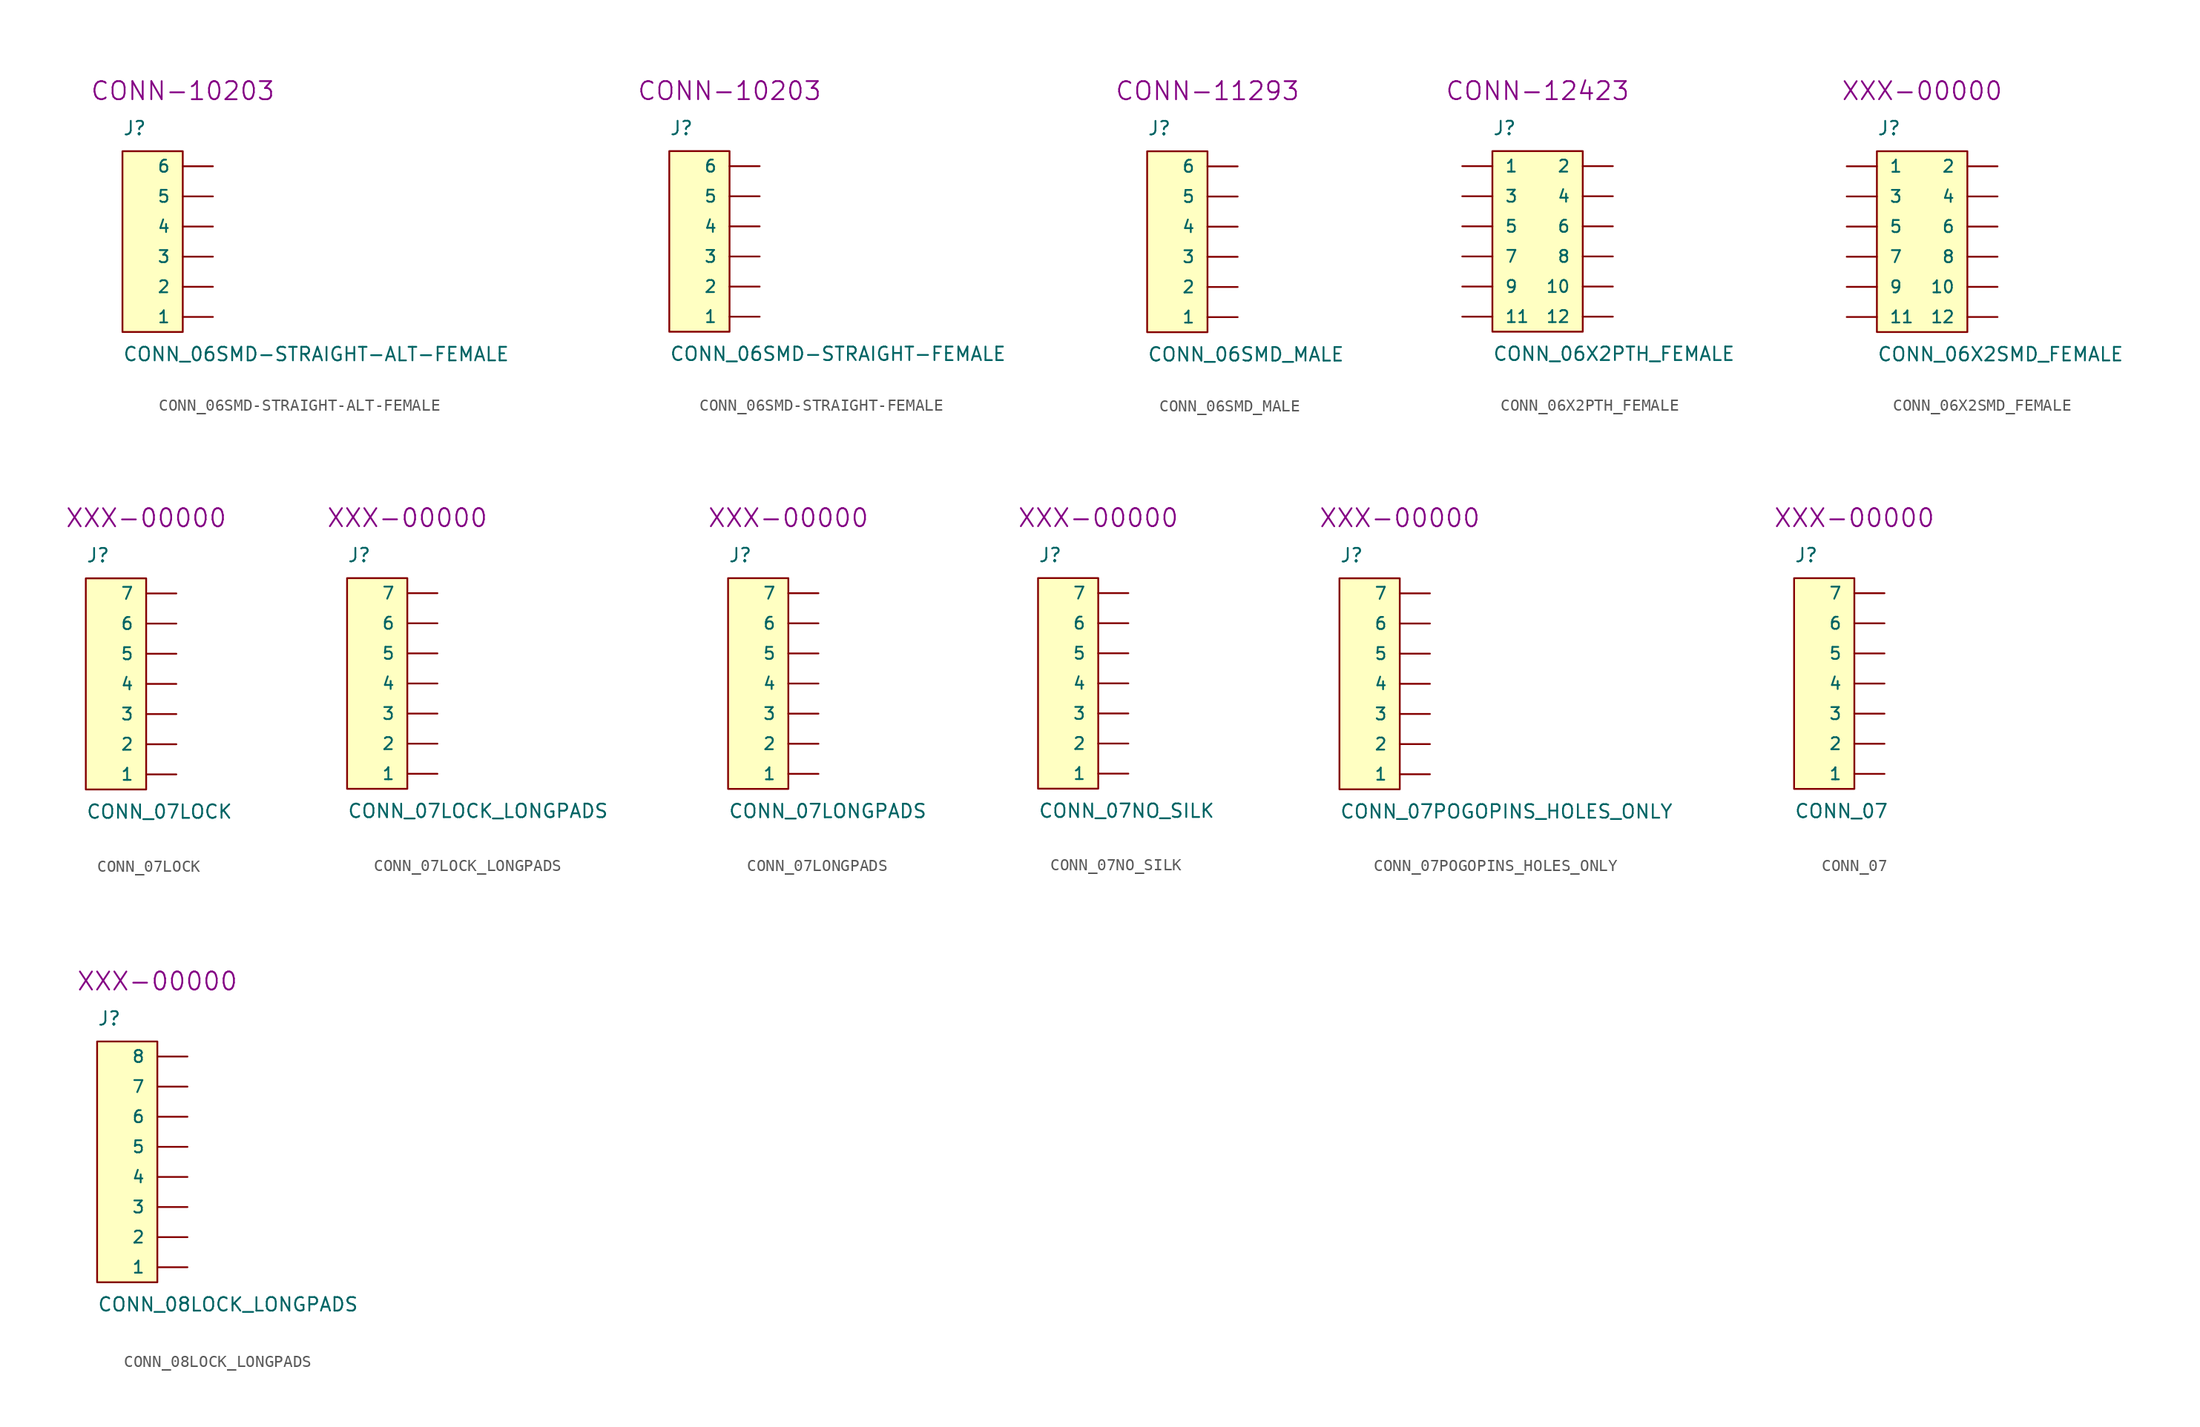
<source format=kicad_sym>
(kicad_symbol_lib
  (version 20201005)
  (generator kicad_symbol_editor)
  (symbol "CONN_06SMD-STRAIGHT-ALT-FEMALE"
    (pin_numbers hide)
    (pin_names
      (offset 1.016))
    (property "Reference" "J"
      (at -5.08 15.24 0)
      (effects (font (size 1.143 1.143)) (justify left bottom)))
    (property "Value" "CONN_06SMD-STRAIGHT-ALT-FEMALE"
      (at -5.08 -3.81 0)
      (effects (font (size 1.143 1.143)) (justify left bottom)))
    (property "Field4" "CONN-10203"
      (at 0 19.05 0)
      (effects (font (size 1.524 1.524))))
    (property "ki_locked" ""
      (at 0 0 0)
      (effects (font (size 1.27 1.27))))
    (symbol "CONN_06SMD-STRAIGHT-ALT-FEMALE_0_1"
      (rectangle (start 0 -1.27) (end -5.08 13.97) (stroke (width 0)) (fill (type background))))
    (symbol "CONN_06SMD-STRAIGHT-ALT-FEMALE_1_1"
      (pin passive line (at 2.54 0 180) (length 2.54) (name "1" (effects (font (size 1.016 1.016)))) (number "1" (effects (font (size 1.016 1.016)))))
      (pin passive line (at 2.54 2.54 180) (length 2.54) (name "2" (effects (font (size 1.016 1.016)))) (number "2" (effects (font (size 1.016 1.016)))))
      (pin passive line (at 2.54 5.08 180) (length 2.54) (name "3" (effects (font (size 1.016 1.016)))) (number "3" (effects (font (size 1.016 1.016)))))
      (pin passive line (at 2.54 7.62 180) (length 2.54) (name "4" (effects (font (size 1.016 1.016)))) (number "4" (effects (font (size 1.016 1.016)))))
      (pin passive line (at 2.54 10.16 180) (length 2.54) (name "5" (effects (font (size 1.016 1.016)))) (number "5" (effects (font (size 1.016 1.016)))))
      (pin passive line (at 2.54 12.7 180) (length 2.54) (name "6" (effects (font (size 1.016 1.016)))) (number "6" (effects (font (size 1.016 1.016)))))))
  (symbol "CONN_06SMD-STRAIGHT-FEMALE"
    (pin_numbers hide)
    (pin_names
      (offset 1.016))
    (property "Reference" "J"
      (at -5.08 15.24 0)
      (effects (font (size 1.143 1.143)) (justify left bottom)))
    (property "Value" "CONN_06SMD-STRAIGHT-FEMALE"
      (at -5.08 -3.81 0)
      (effects (font (size 1.143 1.143)) (justify left bottom)))
    (property "Field4" "CONN-10203"
      (at 0 19.05 0)
      (effects (font (size 1.524 1.524))))
    (property "ki_locked" ""
      (at 0 0 0)
      (effects (font (size 1.27 1.27))))
    (symbol "CONN_06SMD-STRAIGHT-FEMALE_0_1"
      (rectangle (start 0 -1.27) (end -5.08 13.97) (stroke (width 0)) (fill (type background))))
    (symbol "CONN_06SMD-STRAIGHT-FEMALE_1_1"
      (pin passive line (at 2.54 0 180) (length 2.54) (name "1" (effects (font (size 1.016 1.016)))) (number "1" (effects (font (size 1.016 1.016)))))
      (pin passive line (at 2.54 2.54 180) (length 2.54) (name "2" (effects (font (size 1.016 1.016)))) (number "2" (effects (font (size 1.016 1.016)))))
      (pin passive line (at 2.54 5.08 180) (length 2.54) (name "3" (effects (font (size 1.016 1.016)))) (number "3" (effects (font (size 1.016 1.016)))))
      (pin passive line (at 2.54 7.62 180) (length 2.54) (name "4" (effects (font (size 1.016 1.016)))) (number "4" (effects (font (size 1.016 1.016)))))
      (pin passive line (at 2.54 10.16 180) (length 2.54) (name "5" (effects (font (size 1.016 1.016)))) (number "5" (effects (font (size 1.016 1.016)))))
      (pin passive line (at 2.54 12.7 180) (length 2.54) (name "6" (effects (font (size 1.016 1.016)))) (number "6" (effects (font (size 1.016 1.016)))))))
  (symbol "CONN_06SMD_MALE"
    (pin_numbers hide)
    (pin_names
      (offset 1.016))
    (property "Reference" "J"
      (at -5.08 15.24 0)
      (effects (font (size 1.143 1.143)) (justify left bottom)))
    (property "Value" "CONN_06SMD_MALE"
      (at -5.08 -3.81 0)
      (effects (font (size 1.143 1.143)) (justify left bottom)))
    (property "Field4" "CONN-11293"
      (at 0 19.05 0)
      (effects (font (size 1.524 1.524))))
    (property "ki_locked" ""
      (at 0 0 0)
      (effects (font (size 1.27 1.27))))
    (symbol "CONN_06SMD_MALE_0_1"
      (rectangle (start 0 -1.27) (end -5.08 13.97) (stroke (width 0)) (fill (type background))))
    (symbol "CONN_06SMD_MALE_1_1"
      (pin passive line (at 2.54 0 180) (length 2.54) (name "1" (effects (font (size 1.016 1.016)))) (number "1" (effects (font (size 1.016 1.016)))))
      (pin passive line (at 2.54 2.54 180) (length 2.54) (name "2" (effects (font (size 1.016 1.016)))) (number "2" (effects (font (size 1.016 1.016)))))
      (pin passive line (at 2.54 5.08 180) (length 2.54) (name "3" (effects (font (size 1.016 1.016)))) (number "3" (effects (font (size 1.016 1.016)))))
      (pin passive line (at 2.54 7.62 180) (length 2.54) (name "4" (effects (font (size 1.016 1.016)))) (number "4" (effects (font (size 1.016 1.016)))))
      (pin passive line (at 2.54 10.16 180) (length 2.54) (name "5" (effects (font (size 1.016 1.016)))) (number "5" (effects (font (size 1.016 1.016)))))
      (pin passive line (at 2.54 12.7 180) (length 2.54) (name "6" (effects (font (size 1.016 1.016)))) (number "6" (effects (font (size 1.016 1.016)))))))
  (symbol "CONN_06X2PTH_FEMALE"
    (pin_numbers hide)
    (pin_names
      (offset 1.016))
    (property "Reference" "J"
      (at -3.81 8.89 0)
      (effects (font (size 1.143 1.143)) (justify left bottom)))
    (property "Value" "CONN_06X2PTH_FEMALE"
      (at -3.81 -10.16 0)
      (effects (font (size 1.143 1.143)) (justify left bottom)))
    (property "Field4" "CONN-12423"
      (at 0 12.7 0)
      (effects (font (size 1.524 1.524))))
    (property "ki_locked" ""
      (at 0 0 0)
      (effects (font (size 1.27 1.27))))
    (symbol "CONN_06X2PTH_FEMALE_0_1"
      (rectangle (start 3.81 -7.62) (end -3.81 7.62) (stroke (width 0)) (fill (type background))))
    (symbol "CONN_06X2PTH_FEMALE_1_1"
      (pin passive line (at -6.35 6.35 0) (length 2.54) (name "1" (effects (font (size 1.016 1.016)))) (number "1" (effects (font (size 1.016 1.016)))))
      (pin passive line (at 6.35 6.35 180) (length 2.54) (name "2" (effects (font (size 1.016 1.016)))) (number "2" (effects (font (size 1.016 1.016)))))
      (pin passive line (at -6.35 3.81 0) (length 2.54) (name "3" (effects (font (size 1.016 1.016)))) (number "3" (effects (font (size 1.016 1.016)))))
      (pin passive line (at 6.35 3.81 180) (length 2.54) (name "4" (effects (font (size 1.016 1.016)))) (number "4" (effects (font (size 1.016 1.016)))))
      (pin passive line (at -6.35 1.27 0) (length 2.54) (name "5" (effects (font (size 1.016 1.016)))) (number "5" (effects (font (size 1.016 1.016)))))
      (pin passive line (at 6.35 1.27 180) (length 2.54) (name "6" (effects (font (size 1.016 1.016)))) (number "6" (effects (font (size 1.016 1.016)))))
      (pin passive line (at -6.35 -1.27 0) (length 2.54) (name "7" (effects (font (size 1.016 1.016)))) (number "7" (effects (font (size 1.016 1.016)))))
      (pin passive line (at 6.35 -1.27 180) (length 2.54) (name "8" (effects (font (size 1.016 1.016)))) (number "8" (effects (font (size 1.016 1.016)))))
      (pin passive line (at -6.35 -3.81 0) (length 2.54) (name "9" (effects (font (size 1.016 1.016)))) (number "9" (effects (font (size 1.016 1.016)))))
      (pin passive line (at 6.35 -3.81 180) (length 2.54) (name "10" (effects (font (size 1.016 1.016)))) (number "10" (effects (font (size 1.016 1.016)))))
      (pin passive line (at -6.35 -6.35 0) (length 2.54) (name "11" (effects (font (size 1.016 1.016)))) (number "11" (effects (font (size 1.016 1.016)))))
      (pin passive line (at 6.35 -6.35 180) (length 2.54) (name "12" (effects (font (size 1.016 1.016)))) (number "12" (effects (font (size 1.016 1.016)))))))
  (symbol "CONN_06X2SMD_FEMALE"
    (pin_numbers hide)
    (pin_names
      (offset 1.016))
    (property "Reference" "J"
      (at -3.81 8.89 0)
      (effects (font (size 1.143 1.143)) (justify left bottom)))
    (property "Value" "CONN_06X2SMD_FEMALE"
      (at -3.81 -10.16 0)
      (effects (font (size 1.143 1.143)) (justify left bottom)))
    (property "Field4" "XXX-00000"
      (at 0 12.7 0)
      (effects (font (size 1.524 1.524))))
    (property "ki_locked" ""
      (at 0 0 0)
      (effects (font (size 1.27 1.27))))
    (symbol "CONN_06X2SMD_FEMALE_0_1"
      (rectangle (start 3.81 -7.62) (end -3.81 7.62) (stroke (width 0)) (fill (type background))))
    (symbol "CONN_06X2SMD_FEMALE_1_1"
      (pin passive line (at -6.35 6.35 0) (length 2.54) (name "1" (effects (font (size 1.016 1.016)))) (number "1" (effects (font (size 1.016 1.016)))))
      (pin passive line (at 6.35 6.35 180) (length 2.54) (name "2" (effects (font (size 1.016 1.016)))) (number "2" (effects (font (size 1.016 1.016)))))
      (pin passive line (at -6.35 3.81 0) (length 2.54) (name "3" (effects (font (size 1.016 1.016)))) (number "3" (effects (font (size 1.016 1.016)))))
      (pin passive line (at 6.35 3.81 180) (length 2.54) (name "4" (effects (font (size 1.016 1.016)))) (number "4" (effects (font (size 1.016 1.016)))))
      (pin passive line (at -6.35 1.27 0) (length 2.54) (name "5" (effects (font (size 1.016 1.016)))) (number "5" (effects (font (size 1.016 1.016)))))
      (pin passive line (at 6.35 1.27 180) (length 2.54) (name "6" (effects (font (size 1.016 1.016)))) (number "6" (effects (font (size 1.016 1.016)))))
      (pin passive line (at -6.35 -1.27 0) (length 2.54) (name "7" (effects (font (size 1.016 1.016)))) (number "7" (effects (font (size 1.016 1.016)))))
      (pin passive line (at 6.35 -1.27 180) (length 2.54) (name "8" (effects (font (size 1.016 1.016)))) (number "8" (effects (font (size 1.016 1.016)))))
      (pin passive line (at -6.35 -3.81 0) (length 2.54) (name "9" (effects (font (size 1.016 1.016)))) (number "9" (effects (font (size 1.016 1.016)))))
      (pin passive line (at 6.35 -3.81 180) (length 2.54) (name "10" (effects (font (size 1.016 1.016)))) (number "10" (effects (font (size 1.016 1.016)))))
      (pin passive line (at -6.35 -6.35 0) (length 2.54) (name "11" (effects (font (size 1.016 1.016)))) (number "11" (effects (font (size 1.016 1.016)))))
      (pin passive line (at 6.35 -6.35 180) (length 2.54) (name "12" (effects (font (size 1.016 1.016)))) (number "12" (effects (font (size 1.016 1.016)))))))
  (symbol "CONN_07LOCK"
    (pin_numbers hide)
    (pin_names
      (offset 1.016))
    (property "Reference" "J"
      (at -5.08 17.78 0)
      (effects (font (size 1.143 1.143)) (justify left bottom)))
    (property "Value" "CONN_07LOCK"
      (at -5.08 -3.81 0)
      (effects (font (size 1.143 1.143)) (justify left bottom)))
    (property "Field4" "XXX-00000"
      (at 0 21.59 0)
      (effects (font (size 1.524 1.524))))
    (property "ki_locked" ""
      (at 0 0 0)
      (effects (font (size 1.27 1.27))))
    (symbol "CONN_07LOCK_0_1"
      (rectangle (start 0 -1.27) (end -5.08 16.51) (stroke (width 0)) (fill (type background))))
    (symbol "CONN_07LOCK_1_1"
      (pin passive line (at 2.54 0 180) (length 2.54) (name "1" (effects (font (size 1.016 1.016)))) (number "1" (effects (font (size 1.016 1.016)))))
      (pin passive line (at 2.54 2.54 180) (length 2.54) (name "2" (effects (font (size 1.016 1.016)))) (number "2" (effects (font (size 1.016 1.016)))))
      (pin passive line (at 2.54 5.08 180) (length 2.54) (name "3" (effects (font (size 1.016 1.016)))) (number "3" (effects (font (size 1.016 1.016)))))
      (pin passive line (at 2.54 7.62 180) (length 2.54) (name "4" (effects (font (size 1.016 1.016)))) (number "4" (effects (font (size 1.016 1.016)))))
      (pin passive line (at 2.54 10.16 180) (length 2.54) (name "5" (effects (font (size 1.016 1.016)))) (number "5" (effects (font (size 1.016 1.016)))))
      (pin passive line (at 2.54 12.7 180) (length 2.54) (name "6" (effects (font (size 1.016 1.016)))) (number "6" (effects (font (size 1.016 1.016)))))
      (pin passive line (at 2.54 15.24 180) (length 2.54) (name "7" (effects (font (size 1.016 1.016)))) (number "7" (effects (font (size 1.016 1.016)))))))
  (symbol "CONN_07LOCK_LONGPADS"
    (pin_numbers hide)
    (pin_names
      (offset 1.016))
    (property "Reference" "J"
      (at -5.08 17.78 0)
      (effects (font (size 1.143 1.143)) (justify left bottom)))
    (property "Value" "CONN_07LOCK_LONGPADS"
      (at -5.08 -3.81 0)
      (effects (font (size 1.143 1.143)) (justify left bottom)))
    (property "Field4" "XXX-00000"
      (at 0 21.59 0)
      (effects (font (size 1.524 1.524))))
    (property "ki_locked" ""
      (at 0 0 0)
      (effects (font (size 1.27 1.27))))
    (symbol "CONN_07LOCK_LONGPADS_0_1"
      (rectangle (start 0 -1.27) (end -5.08 16.51) (stroke (width 0)) (fill (type background))))
    (symbol "CONN_07LOCK_LONGPADS_1_1"
      (pin passive line (at 2.54 0 180) (length 2.54) (name "1" (effects (font (size 1.016 1.016)))) (number "1" (effects (font (size 1.016 1.016)))))
      (pin passive line (at 2.54 2.54 180) (length 2.54) (name "2" (effects (font (size 1.016 1.016)))) (number "2" (effects (font (size 1.016 1.016)))))
      (pin passive line (at 2.54 5.08 180) (length 2.54) (name "3" (effects (font (size 1.016 1.016)))) (number "3" (effects (font (size 1.016 1.016)))))
      (pin passive line (at 2.54 7.62 180) (length 2.54) (name "4" (effects (font (size 1.016 1.016)))) (number "4" (effects (font (size 1.016 1.016)))))
      (pin passive line (at 2.54 10.16 180) (length 2.54) (name "5" (effects (font (size 1.016 1.016)))) (number "5" (effects (font (size 1.016 1.016)))))
      (pin passive line (at 2.54 12.7 180) (length 2.54) (name "6" (effects (font (size 1.016 1.016)))) (number "6" (effects (font (size 1.016 1.016)))))
      (pin passive line (at 2.54 15.24 180) (length 2.54) (name "7" (effects (font (size 1.016 1.016)))) (number "7" (effects (font (size 1.016 1.016)))))))
  (symbol "CONN_07LONGPADS"
    (pin_numbers hide)
    (pin_names
      (offset 1.016))
    (property "Reference" "J"
      (at -5.08 17.78 0)
      (effects (font (size 1.143 1.143)) (justify left bottom)))
    (property "Value" "CONN_07LONGPADS"
      (at -5.08 -3.81 0)
      (effects (font (size 1.143 1.143)) (justify left bottom)))
    (property "Field4" "XXX-00000"
      (at 0 21.59 0)
      (effects (font (size 1.524 1.524))))
    (property "ki_locked" ""
      (at 0 0 0)
      (effects (font (size 1.27 1.27))))
    (symbol "CONN_07LONGPADS_0_1"
      (rectangle (start 0 -1.27) (end -5.08 16.51) (stroke (width 0)) (fill (type background))))
    (symbol "CONN_07LONGPADS_1_1"
      (pin passive line (at 2.54 0 180) (length 2.54) (name "1" (effects (font (size 1.016 1.016)))) (number "1" (effects (font (size 1.016 1.016)))))
      (pin passive line (at 2.54 2.54 180) (length 2.54) (name "2" (effects (font (size 1.016 1.016)))) (number "2" (effects (font (size 1.016 1.016)))))
      (pin passive line (at 2.54 5.08 180) (length 2.54) (name "3" (effects (font (size 1.016 1.016)))) (number "3" (effects (font (size 1.016 1.016)))))
      (pin passive line (at 2.54 7.62 180) (length 2.54) (name "4" (effects (font (size 1.016 1.016)))) (number "4" (effects (font (size 1.016 1.016)))))
      (pin passive line (at 2.54 10.16 180) (length 2.54) (name "5" (effects (font (size 1.016 1.016)))) (number "5" (effects (font (size 1.016 1.016)))))
      (pin passive line (at 2.54 12.7 180) (length 2.54) (name "6" (effects (font (size 1.016 1.016)))) (number "6" (effects (font (size 1.016 1.016)))))
      (pin passive line (at 2.54 15.24 180) (length 2.54) (name "7" (effects (font (size 1.016 1.016)))) (number "7" (effects (font (size 1.016 1.016)))))))
  (symbol "CONN_07NO_SILK"
    (pin_numbers hide)
    (pin_names
      (offset 1.016))
    (property "Reference" "J"
      (at -5.08 17.78 0)
      (effects (font (size 1.143 1.143)) (justify left bottom)))
    (property "Value" "CONN_07NO_SILK"
      (at -5.08 -3.81 0)
      (effects (font (size 1.143 1.143)) (justify left bottom)))
    (property "Field4" "XXX-00000"
      (at 0 21.59 0)
      (effects (font (size 1.524 1.524))))
    (property "ki_locked" ""
      (at 0 0 0)
      (effects (font (size 1.27 1.27))))
    (symbol "CONN_07NO_SILK_0_1"
      (rectangle (start 0 -1.27) (end -5.08 16.51) (stroke (width 0)) (fill (type background))))
    (symbol "CONN_07NO_SILK_1_1"
      (pin passive line (at 2.54 0 180) (length 2.54) (name "1" (effects (font (size 1.016 1.016)))) (number "1" (effects (font (size 1.016 1.016)))))
      (pin passive line (at 2.54 2.54 180) (length 2.54) (name "2" (effects (font (size 1.016 1.016)))) (number "2" (effects (font (size 1.016 1.016)))))
      (pin passive line (at 2.54 5.08 180) (length 2.54) (name "3" (effects (font (size 1.016 1.016)))) (number "3" (effects (font (size 1.016 1.016)))))
      (pin passive line (at 2.54 7.62 180) (length 2.54) (name "4" (effects (font (size 1.016 1.016)))) (number "4" (effects (font (size 1.016 1.016)))))
      (pin passive line (at 2.54 10.16 180) (length 2.54) (name "5" (effects (font (size 1.016 1.016)))) (number "5" (effects (font (size 1.016 1.016)))))
      (pin passive line (at 2.54 12.7 180) (length 2.54) (name "6" (effects (font (size 1.016 1.016)))) (number "6" (effects (font (size 1.016 1.016)))))
      (pin passive line (at 2.54 15.24 180) (length 2.54) (name "7" (effects (font (size 1.016 1.016)))) (number "7" (effects (font (size 1.016 1.016)))))))
  (symbol "CONN_07POGOPINS_HOLES_ONLY"
    (pin_numbers hide)
    (pin_names
      (offset 1.016))
    (property "Reference" "J"
      (at -5.08 17.78 0)
      (effects (font (size 1.143 1.143)) (justify left bottom)))
    (property "Value" "CONN_07POGOPINS_HOLES_ONLY"
      (at -5.08 -3.81 0)
      (effects (font (size 1.143 1.143)) (justify left bottom)))
    (property "Field4" "XXX-00000"
      (at 0 21.59 0)
      (effects (font (size 1.524 1.524))))
    (property "ki_locked" ""
      (at 0 0 0)
      (effects (font (size 1.27 1.27))))
    (symbol "CONN_07POGOPINS_HOLES_ONLY_0_1"
      (rectangle (start 0 -1.27) (end -5.08 16.51) (stroke (width 0)) (fill (type background))))
    (symbol "CONN_07POGOPINS_HOLES_ONLY_1_1"
      (pin passive line (at 2.54 0 180) (length 2.54) (name "1" (effects (font (size 1.016 1.016)))) (number "1" (effects (font (size 1.016 1.016)))))
      (pin passive line (at 2.54 2.54 180) (length 2.54) (name "2" (effects (font (size 1.016 1.016)))) (number "2" (effects (font (size 1.016 1.016)))))
      (pin passive line (at 2.54 5.08 180) (length 2.54) (name "3" (effects (font (size 1.016 1.016)))) (number "3" (effects (font (size 1.016 1.016)))))
      (pin passive line (at 2.54 7.62 180) (length 2.54) (name "4" (effects (font (size 1.016 1.016)))) (number "4" (effects (font (size 1.016 1.016)))))
      (pin passive line (at 2.54 10.16 180) (length 2.54) (name "5" (effects (font (size 1.016 1.016)))) (number "5" (effects (font (size 1.016 1.016)))))
      (pin passive line (at 2.54 12.7 180) (length 2.54) (name "6" (effects (font (size 1.016 1.016)))) (number "6" (effects (font (size 1.016 1.016)))))
      (pin passive line (at 2.54 15.24 180) (length 2.54) (name "7" (effects (font (size 1.016 1.016)))) (number "7" (effects (font (size 1.016 1.016)))))))
  (symbol "CONN_07"
    (pin_numbers hide)
    (pin_names
      (offset 1.016))
    (property "Reference" "J"
      (at -5.08 17.78 0)
      (effects (font (size 1.143 1.143)) (justify left bottom)))
    (property "Value" "CONN_07"
      (at -5.08 -3.81 0)
      (effects (font (size 1.143 1.143)) (justify left bottom)))
    (property "Field4" "XXX-00000"
      (at 0 21.59 0)
      (effects (font (size 1.524 1.524))))
    (property "ki_locked" ""
      (at 0 0 0)
      (effects (font (size 1.27 1.27))))
    (symbol "CONN_07_0_1"
      (rectangle (start 0 -1.27) (end -5.08 16.51) (stroke (width 0)) (fill (type background))))
    (symbol "CONN_07_1_1"
      (pin passive line (at 2.54 0 180) (length 2.54) (name "1" (effects (font (size 1.016 1.016)))) (number "1" (effects (font (size 1.016 1.016)))))
      (pin passive line (at 2.54 2.54 180) (length 2.54) (name "2" (effects (font (size 1.016 1.016)))) (number "2" (effects (font (size 1.016 1.016)))))
      (pin passive line (at 2.54 5.08 180) (length 2.54) (name "3" (effects (font (size 1.016 1.016)))) (number "3" (effects (font (size 1.016 1.016)))))
      (pin passive line (at 2.54 7.62 180) (length 2.54) (name "4" (effects (font (size 1.016 1.016)))) (number "4" (effects (font (size 1.016 1.016)))))
      (pin passive line (at 2.54 10.16 180) (length 2.54) (name "5" (effects (font (size 1.016 1.016)))) (number "5" (effects (font (size 1.016 1.016)))))
      (pin passive line (at 2.54 12.7 180) (length 2.54) (name "6" (effects (font (size 1.016 1.016)))) (number "6" (effects (font (size 1.016 1.016)))))
      (pin passive line (at 2.54 15.24 180) (length 2.54) (name "7" (effects (font (size 1.016 1.016)))) (number "7" (effects (font (size 1.016 1.016)))))))
  (symbol "CONN_08LOCK_LONGPADS"
    (pin_numbers hide)
    (pin_names
      (offset 1.016))
    (property "Reference" "J"
      (at -5.08 20.32 0)
      (effects (font (size 1.143 1.143)) (justify left bottom)))
    (property "Value" "CONN_08LOCK_LONGPADS"
      (at -5.08 -3.81 0)
      (effects (font (size 1.143 1.143)) (justify left bottom)))
    (property "Field4" "XXX-00000"
      (at 0 24.13 0)
      (effects (font (size 1.524 1.524))))
    (property "ki_locked" ""
      (at 0 0 0)
      (effects (font (size 1.27 1.27))))
    (symbol "CONN_08LOCK_LONGPADS_0_1"
      (rectangle (start 0 -1.27) (end -5.08 19.05) (stroke (width 0)) (fill (type background))))
    (symbol "CONN_08LOCK_LONGPADS_1_1"
      (pin passive line (at 2.54 0 180) (length 2.54) (name "1" (effects (font (size 1.016 1.016)))) (number "1" (effects (font (size 1.016 1.016)))))
      (pin passive line (at 2.54 2.54 180) (length 2.54) (name "2" (effects (font (size 1.016 1.016)))) (number "2" (effects (font (size 1.016 1.016)))))
      (pin passive line (at 2.54 5.08 180) (length 2.54) (name "3" (effects (font (size 1.016 1.016)))) (number "3" (effects (font (size 1.016 1.016)))))
      (pin passive line (at 2.54 7.62 180) (length 2.54) (name "4" (effects (font (size 1.016 1.016)))) (number "4" (effects (font (size 1.016 1.016)))))
      (pin passive line (at 2.54 10.16 180) (length 2.54) (name "5" (effects (font (size 1.016 1.016)))) (number "5" (effects (font (size 1.016 1.016)))))
      (pin passive line (at 2.54 12.7 180) (length 2.54) (name "6" (effects (font (size 1.016 1.016)))) (number "6" (effects (font (size 1.016 1.016)))))
      (pin passive line (at 2.54 15.24 180) (length 2.54) (name "7" (effects (font (size 1.016 1.016)))) (number "7" (effects (font (size 1.016 1.016)))))
      (pin passive line (at 2.54 17.78 180) (length 2.54) (name "8" (effects (font (size 1.016 1.016)))) (number "8" (effects (font (size 1.016 1.016))))))))
</source>
